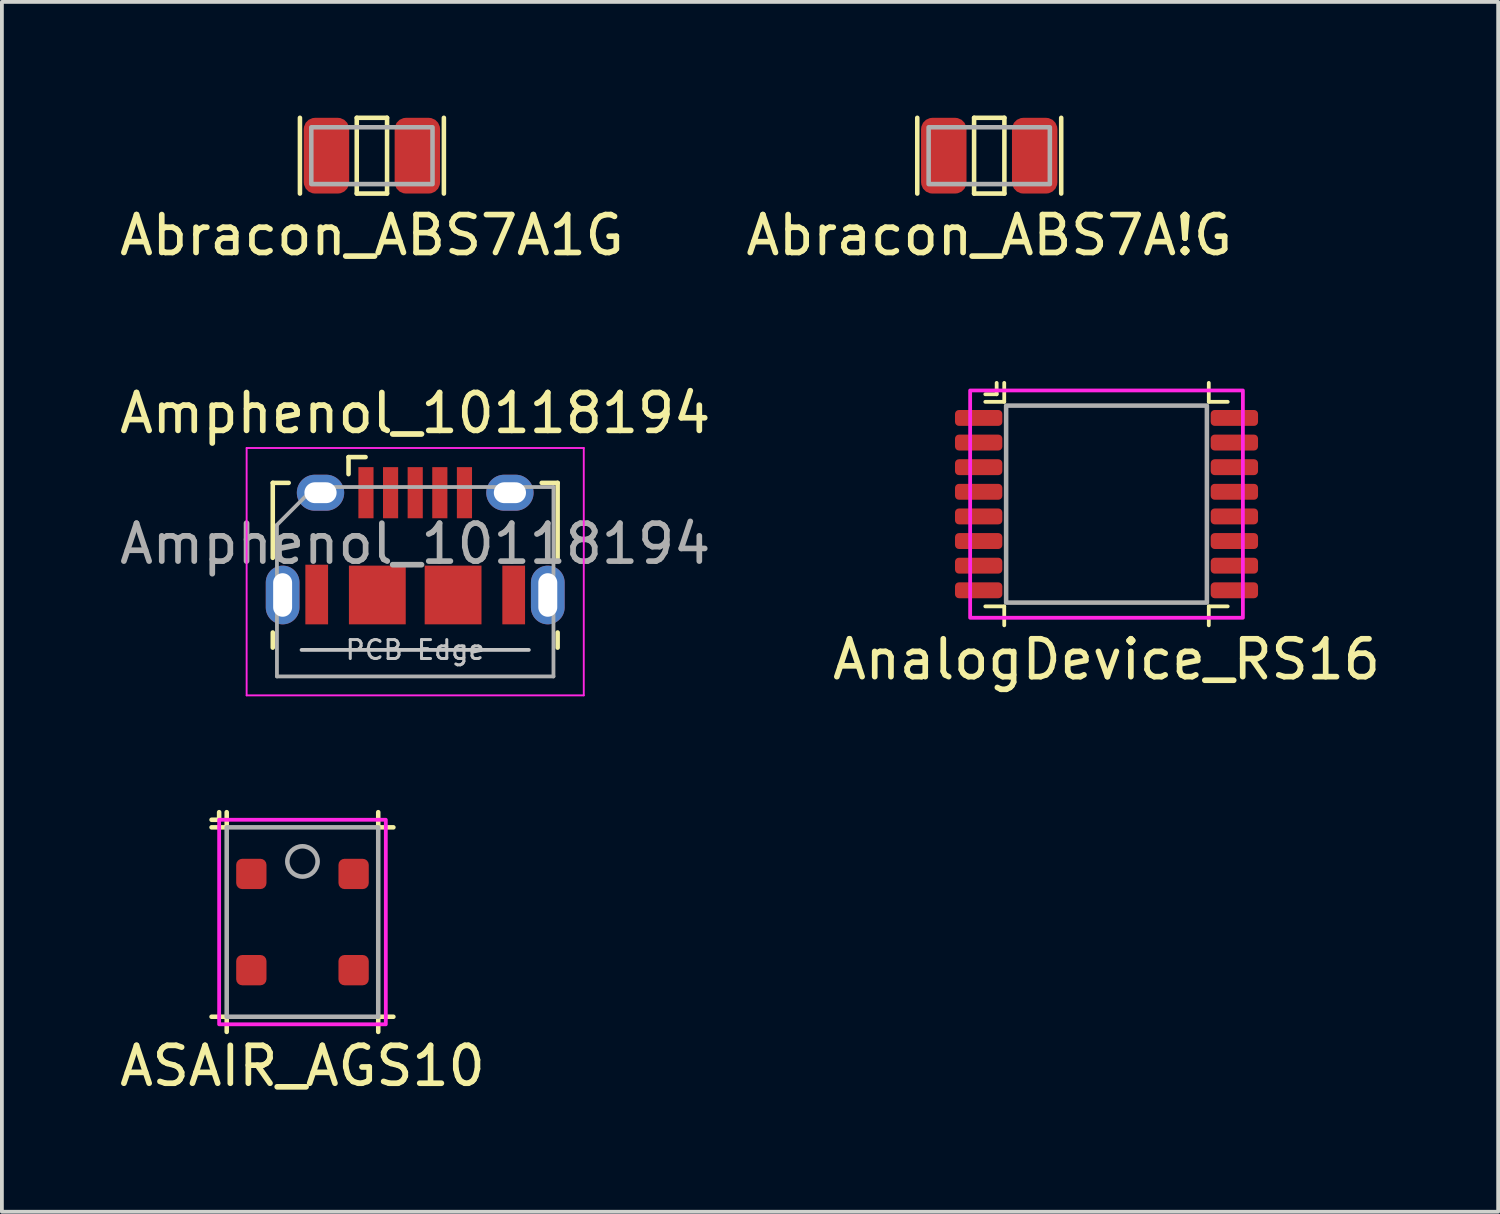
<source format=kicad_pcb>
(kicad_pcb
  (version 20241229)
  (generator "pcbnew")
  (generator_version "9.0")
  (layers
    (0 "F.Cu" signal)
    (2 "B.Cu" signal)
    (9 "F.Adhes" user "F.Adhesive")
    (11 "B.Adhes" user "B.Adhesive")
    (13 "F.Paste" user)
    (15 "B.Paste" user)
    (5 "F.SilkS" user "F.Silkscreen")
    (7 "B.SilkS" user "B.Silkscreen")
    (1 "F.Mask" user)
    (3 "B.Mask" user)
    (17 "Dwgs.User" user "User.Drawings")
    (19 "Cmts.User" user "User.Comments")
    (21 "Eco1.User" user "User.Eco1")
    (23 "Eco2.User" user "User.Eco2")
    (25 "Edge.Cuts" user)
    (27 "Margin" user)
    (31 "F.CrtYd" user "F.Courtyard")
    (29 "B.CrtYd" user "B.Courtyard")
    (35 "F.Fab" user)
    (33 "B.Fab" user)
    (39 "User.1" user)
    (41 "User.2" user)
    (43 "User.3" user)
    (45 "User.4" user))
  (footprint "Amphenol_10118194"
    (layer "F.Cu")
    (at 7.911 11.357)
    (property "Reference" "Amphenol_10118194" (at 0 -3.5 0) (layer "F.SilkS") (effects (font (size 1 1) (thickness 0.15))))
    (attr smd)
    (fp_line (start -3.76 -1.66) (end -3.34 -1.66) (stroke (width 0.12) (type solid)) (layer "F.SilkS"))
    (fp_line (start -3.76 0.32) (end -3.76 -1.66) (stroke (width 0.12) (type solid)) (layer "F.SilkS"))
    (fp_line (start -3.76 2.69) (end -3.76 2.29) (stroke (width 0.12) (type solid)) (layer "F.SilkS"))
    (fp_line (start -1.76 -1.89) (end -1.76 -2.34) (stroke (width 0.12) (type solid)) (layer "F.SilkS"))
    (fp_line (start -1.31 -2.34) (end -1.76 -2.34) (stroke (width 0.12) (type solid)) (layer "F.SilkS"))
    (fp_line (start 3.76 -1.66) (end 3.34 -1.66) (stroke (width 0.12) (type solid)) (layer "F.SilkS"))
    (fp_line (start 3.76 0.32) (end 3.76 -1.66) (stroke (width 0.12) (type solid)) (layer "F.SilkS"))
    (fp_line (start 3.76 2.29) (end 3.76 2.69) (stroke (width 0.12) (type solid)) (layer "F.SilkS"))
    (fp_line (start 3 2.75) (end -3 2.75) (stroke (width 0.1) (type solid)) (layer "Dwgs.User"))
    (fp_line (start -4.45 -2.58) (end -4.45 3.95) (stroke (width 0.05) (type solid)) (layer "F.CrtYd"))
    (fp_line (start -4.45 -2.58) (end 4.45 -2.58) (stroke (width 0.05) (type solid)) (layer "F.CrtYd"))
    (fp_line (start -4.45 3.95) (end 4.45 3.95) (stroke (width 0.05) (type solid)) (layer "F.CrtYd"))
    (fp_line (start 4.45 -2.58) (end 4.45 3.95) (stroke (width 0.05) (type solid)) (layer "F.CrtYd"))
    (fp_line (start -3.65 -0.55) (end -2.65 -1.55) (stroke (width 0.1) (type solid)) (layer "F.Fab"))
    (fp_line (start -3.65 3.45) (end -3.65 -0.55) (stroke (width 0.1) (type solid)) (layer "F.Fab"))
    (fp_line (start -2.65 -1.55) (end 3.65 -1.55) (stroke (width 0.1) (type solid)) (layer "F.Fab"))
    (fp_line (start 3.65 -1.55) (end 3.65 3.45) (stroke (width 0.1) (type solid)) (layer "F.Fab"))
    (fp_line (start 3.65 3.45) (end -3.65 3.45) (stroke (width 0.1) (type solid)) (layer "F.Fab"))
    (fp_text user "PCB Edge" (at 0 2.75 0) (layer "Dwgs.User") (effects (font (size 0.5 0.5) (thickness 0.08))))
    (fp_text user "${REFERENCE}" (at 0 -0.05 0) (layer "F.Fab") (effects (font (size 1 1) (thickness 0.15))))
    (pad "" thru_hole oval (at -3.5 1.3) (size 0.89 1.55) (drill oval 0.5 1.15) (layers "*.Cu" "*.Mask"))
    (pad "" smd oval (at -3.5 1.3) (size 0.89 1.55) (layers "F.Paste"))
    (pad "" smd rect (at -2.6 1.288) (size 0.6 1.575) (layers "F.Cu" "F.Mask" "F.Paste"))
    (pad "" thru_hole oval (at -2.5 -1.4) (size 1.25 0.95) (drill oval 0.85 0.55) (layers "*.Cu" "*.Mask"))
    (pad "" smd oval (at -2.5 -1.4) (size 1.25 0.95) (layers "F.Paste"))
    (pad "" smd rect (at -1 1.3) (size 1.5 1.55) (layers "F.Cu" "F.Mask" "F.Paste"))
    (pad "" smd rect (at 1 1.3) (size 1.5 1.55) (layers "F.Cu" "F.Mask" "F.Paste"))
    (pad "" thru_hole oval (at 2.5 -1.4) (size 1.25 0.95) (drill oval 0.85 0.55) (layers "*.Cu" "*.Mask"))
    (pad "" smd oval (at 2.5 -1.4) (size 1.25 0.95) (layers "F.Paste"))
    (pad "" smd rect (at 2.6 1.3) (size 0.6 1.55) (layers "F.Cu" "F.Mask" "F.Paste"))
    (pad "" thru_hole oval (at 3.5 1.3) (size 0.89 1.55) (drill oval 0.5 1.15) (layers "*.Cu" "*.Mask"))
    (pad "" smd oval (at 3.5 1.3) (size 0.89 1.55) (layers "F.Paste"))
    (pad "1" smd rect (at -1.3 -1.4) (size 0.4 1.35) (layers "F.Cu" "F.Mask" "F.Paste"))
    (pad "2" smd rect (at -0.65 -1.4) (size 0.4 1.35) (layers "F.Cu" "F.Mask" "F.Paste"))
    (pad "3" smd rect (at 0 -1.4) (size 0.4 1.35) (layers "F.Cu" "F.Mask" "F.Paste"))
    (pad "4" smd rect (at 0.65 -1.4) (size 0.4 1.35) (layers "F.Cu" "F.Mask" "F.Paste"))
    (pad "5" smd rect (at 1.3 -1.4) (size 0.4 1.35) (layers "F.Cu" "F.Mask" "F.Paste")))
  (footprint "AnalogDevice_RS16"
    (layer "F.Cu")
    (at 26.161 10.258)
    (property "Reference" "AnalogDevice_RS16" (at 0 4.1 0) (unlocked yes) (layer "F.SilkS") (effects (font (size 1 1) (thickness 0.15))))
    (attr smd)
    (fp_line (start -3.2 -2.9) (end -2.9 -2.9) (stroke (width 0.1) (type default)) (layer "F.SilkS"))
    (fp_line (start -2.9 -2.9) (end -2.9 -3.2) (stroke (width 0.1) (type default)) (layer "F.SilkS"))
    (fp_line (start -2.7 -2.7) (end -3.2 -2.7) (stroke (width 0.1) (type default)) (layer "F.SilkS"))
    (fp_line (start -2.7 -2.7) (end -2.7 -3.2) (stroke (width 0.1) (type default)) (layer "F.SilkS"))
    (fp_line (start -2.7 2.7) (end -3.2 2.7) (stroke (width 0.1) (type default)) (layer "F.SilkS"))
    (fp_line (start -2.7 2.7) (end -2.7 3.2) (stroke (width 0.1) (type default)) (layer "F.SilkS"))
    (fp_line (start 2.7 -2.7) (end 2.7 -3.2) (stroke (width 0.1) (type default)) (layer "F.SilkS"))
    (fp_line (start 2.7 -2.7) (end 3.2 -2.7) (stroke (width 0.1) (type default)) (layer "F.SilkS"))
    (fp_line (start 2.7 2.7) (end 2.7 3.2) (stroke (width 0.1) (type default)) (layer "F.SilkS"))
    (fp_line (start 2.7 2.7) (end 3.2 2.7) (stroke (width 0.1) (type default)) (layer "F.SilkS"))
    (fp_rect (start -3.6 -3) (end 3.6 3) (stroke (width 0.1) (type default)) (fill no) (layer "F.CrtYd"))
    (fp_rect (start -2.65 -2.6) (end 2.65 2.6) (stroke (width 0.12) (type solid)) (fill no) (layer "F.Fab"))
    (pad "1" smd roundrect (at -3.375 -2.275) (size 1.25 0.42) (layers "F.Cu" "F.Mask" "F.Paste") (roundrect_rratio 0.25))
    (pad "2" smd roundrect (at -3.375 -1.625) (size 1.25 0.42) (layers "F.Cu" "F.Mask" "F.Paste") (roundrect_rratio 0.25))
    (pad "3" smd roundrect (at -3.375 -0.975) (size 1.25 0.42) (layers "F.Cu" "F.Mask" "F.Paste") (roundrect_rratio 0.25))
    (pad "4" smd roundrect (at -3.375 -0.325) (size 1.25 0.42) (layers "F.Cu" "F.Mask" "F.Paste") (roundrect_rratio 0.25))
    (pad "5" smd roundrect (at -3.375 0.325) (size 1.25 0.42) (layers "F.Cu" "F.Mask" "F.Paste") (roundrect_rratio 0.25))
    (pad "6" smd roundrect (at -3.375 0.975) (size 1.25 0.42) (layers "F.Cu" "F.Mask" "F.Paste") (roundrect_rratio 0.25))
    (pad "7" smd roundrect (at -3.375 1.625) (size 1.25 0.42) (layers "F.Cu" "F.Mask" "F.Paste") (roundrect_rratio 0.25))
    (pad "8" smd roundrect (at -3.375 2.275) (size 1.25 0.42) (layers "F.Cu" "F.Mask" "F.Paste") (roundrect_rratio 0.25))
    (pad "9" smd roundrect (at 3.375 2.275) (size 1.25 0.42) (layers "F.Cu" "F.Mask" "F.Paste") (roundrect_rratio 0.25))
    (pad "10" smd roundrect (at 3.375 1.625) (size 1.25 0.42) (layers "F.Cu" "F.Mask" "F.Paste") (roundrect_rratio 0.25))
    (pad "11" smd roundrect (at 3.375 0.975) (size 1.25 0.42) (layers "F.Cu" "F.Mask" "F.Paste") (roundrect_rratio 0.25))
    (pad "12" smd roundrect (at 3.375 0.325) (size 1.25 0.42) (layers "F.Cu" "F.Mask" "F.Paste") (roundrect_rratio 0.25))
    (pad "13" smd roundrect (at 3.375 -0.325) (size 1.25 0.42) (layers "F.Cu" "F.Mask" "F.Paste") (roundrect_rratio 0.25))
    (pad "14" smd roundrect (at 3.375 -0.975) (size 1.25 0.42) (layers "F.Cu" "F.Mask" "F.Paste") (roundrect_rratio 0.25))
    (pad "15" smd roundrect (at 3.375 -1.625) (size 1.25 0.42) (layers "F.Cu" "F.Mask" "F.Paste") (roundrect_rratio 0.25))
    (pad "16" smd roundrect (at 3.375 -2.275) (size 1.25 0.42) (layers "F.Cu" "F.Mask" "F.Paste") (roundrect_rratio 0.25)))
  (footprint "Abracon_ABS7A1G"
    (layer "F.Cu")
    (at 6.768 1.06)
    (property "Reference" "Abracon_ABS7A1G" (at 0 2.1 0) (unlocked yes) (layer "F.SilkS") (effects (font (size 1 1) (thickness 0.15))))
    (attr smd)
    (fp_line (start -1.9 -1) (end -1.9 1) (stroke (width 0.12) (type solid)) (layer "F.SilkS"))
    (fp_line (start -0.4 -1) (end 0.4 -1) (stroke (width 0.12) (type solid)) (layer "F.SilkS"))
    (fp_line (start -0.4 1) (end -0.4 -1) (stroke (width 0.12) (type solid)) (layer "F.SilkS"))
    (fp_line (start 0.4 -1) (end 0.4 1) (stroke (width 0.12) (type solid)) (layer "F.SilkS"))
    (fp_line (start 0.4 1) (end -0.4 1) (stroke (width 0.12) (type solid)) (layer "F.SilkS"))
    (fp_line (start 1.9 -1) (end 1.9 1) (stroke (width 0.12) (type solid)) (layer "F.SilkS"))
    (fp_rect (start -1.6 -0.75) (end 1.6 0.75) (stroke (width 0.12) (type solid)) (fill no) (layer "F.Fab"))
    (pad "1" smd roundrect (at -1.2 0) (size 1.2 2) (layers "F.Cu" "F.Mask" "F.Paste") (roundrect_rratio 0.25))
    (pad "2" smd roundrect (at 1.2 0) (size 1.2 2) (layers "F.Cu" "F.Mask" "F.Paste") (roundrect_rratio 0.25)))
  (footprint "Abracon_ABS7A!G"
    (layer "F.Cu")
    (at 23.065 1.06)
    (property "Reference" "Abracon_ABS7A!G" (at 0 2.1 0) (unlocked yes) (layer "F.SilkS") (effects (font (size 1 1) (thickness 0.15))))
    (attr smd)
    (fp_line (start -1.9 -1) (end -1.9 1) (stroke (width 0.12) (type solid)) (layer "F.SilkS"))
    (fp_line (start -0.4 -1) (end 0.4 -1) (stroke (width 0.12) (type solid)) (layer "F.SilkS"))
    (fp_line (start -0.4 1) (end -0.4 -1) (stroke (width 0.12) (type solid)) (layer "F.SilkS"))
    (fp_line (start 0.4 -1) (end 0.4 1) (stroke (width 0.12) (type solid)) (layer "F.SilkS"))
    (fp_line (start 0.4 1) (end -0.4 1) (stroke (width 0.12) (type solid)) (layer "F.SilkS"))
    (fp_line (start 1.9 -1) (end 1.9 1) (stroke (width 0.12) (type solid)) (layer "F.SilkS"))
    (fp_rect (start -1.6 -0.75) (end 1.6 0.75) (stroke (width 0.12) (type solid)) (fill no) (layer "F.Fab"))
    (pad "1" smd roundrect (at -1.2 0) (size 1.2 2) (layers "F.Cu" "F.Mask" "F.Paste") (roundrect_rratio 0.25))
    (pad "2" smd roundrect (at 1.2 0) (size 1.2 2) (layers "F.Cu" "F.Mask" "F.Paste") (roundrect_rratio 0.25)))
  (footprint "ASAIR_AGS10"
    (layer "F.Cu")
    (at 4.935 21.291)
    (property "Reference" "ASAIR_AGS10" (at 0 3.8 0) (unlocked yes) (layer "F.SilkS") (effects (font (size 1 1) (thickness 0.15))))
    (attr smd)
    (fp_line (start -2.4 -2.7) (end -2.2 -2.7) (stroke (width 0.12) (type solid)) (layer "F.SilkS"))
    (fp_line (start -2.4 -2.5) (end -2 -2.5) (stroke (width 0.12) (type solid)) (layer "F.SilkS"))
    (fp_line (start -2.2 -2.7) (end -2.2 -2.9) (stroke (width 0.12) (type solid)) (layer "F.SilkS"))
    (fp_line (start -2 -2.5) (end -2 -2.9) (stroke (width 0.12) (type solid)) (layer "F.SilkS"))
    (fp_line (start -2 2.5) (end -2.4 2.5) (stroke (width 0.12) (type solid)) (layer "F.SilkS"))
    (fp_line (start -2 2.9) (end -2 2.5) (stroke (width 0.12) (type solid)) (layer "F.SilkS"))
    (fp_line (start 2 -2.5) (end 2 -2.9) (stroke (width 0.12) (type solid)) (layer "F.SilkS"))
    (fp_line (start 2 -2.5) (end 2.4 -2.5) (stroke (width 0.12) (type solid)) (layer "F.SilkS"))
    (fp_line (start 2 2.5) (end 2.4 2.5) (stroke (width 0.12) (type solid)) (layer "F.SilkS"))
    (fp_line (start 2 2.9) (end 2 2.5) (stroke (width 0.12) (type solid)) (layer "F.SilkS"))
    (fp_rect (start -2.2 -2.7) (end 2.2 2.7) (stroke (width 0.1) (type default)) (fill no) (layer "F.CrtYd"))
    (fp_rect (start -2 2.5) (end 2 -2.5) (stroke (width 0.12) (type solid)) (fill no) (layer "F.Fab"))
    (fp_circle (center 0 -1.6) (end 0.4 -1.6) (stroke (width 0.12) (type solid)) (fill no) (layer "F.Fab"))
    (pad "1" smd roundrect (at -1.35 -1.27) (size 0.8 0.8) (layers "F.Cu" "F.Mask" "F.Paste") (roundrect_rratio 0.2))
    (pad "2" smd roundrect (at -1.35 1.27) (size 0.8 0.8) (layers "F.Cu" "F.Mask" "F.Paste") (roundrect_rratio 0.2))
    (pad "3" smd roundrect (at 1.35 1.27) (size 0.8 0.8) (layers "F.Cu" "F.Mask" "F.Paste") (roundrect_rratio 0.2))
    (pad "4" smd roundrect (at 1.35 -1.27) (size 0.8 0.8) (layers "F.Cu" "F.Mask" "F.Paste") (roundrect_rratio 0.2)))
  (gr_rect
    (start -3 -3)
    (end 36.5 28.94)
    (stroke (width 0.1) (type default))
    (fill no)
    (layer "Edge.Cuts")))
</source>
